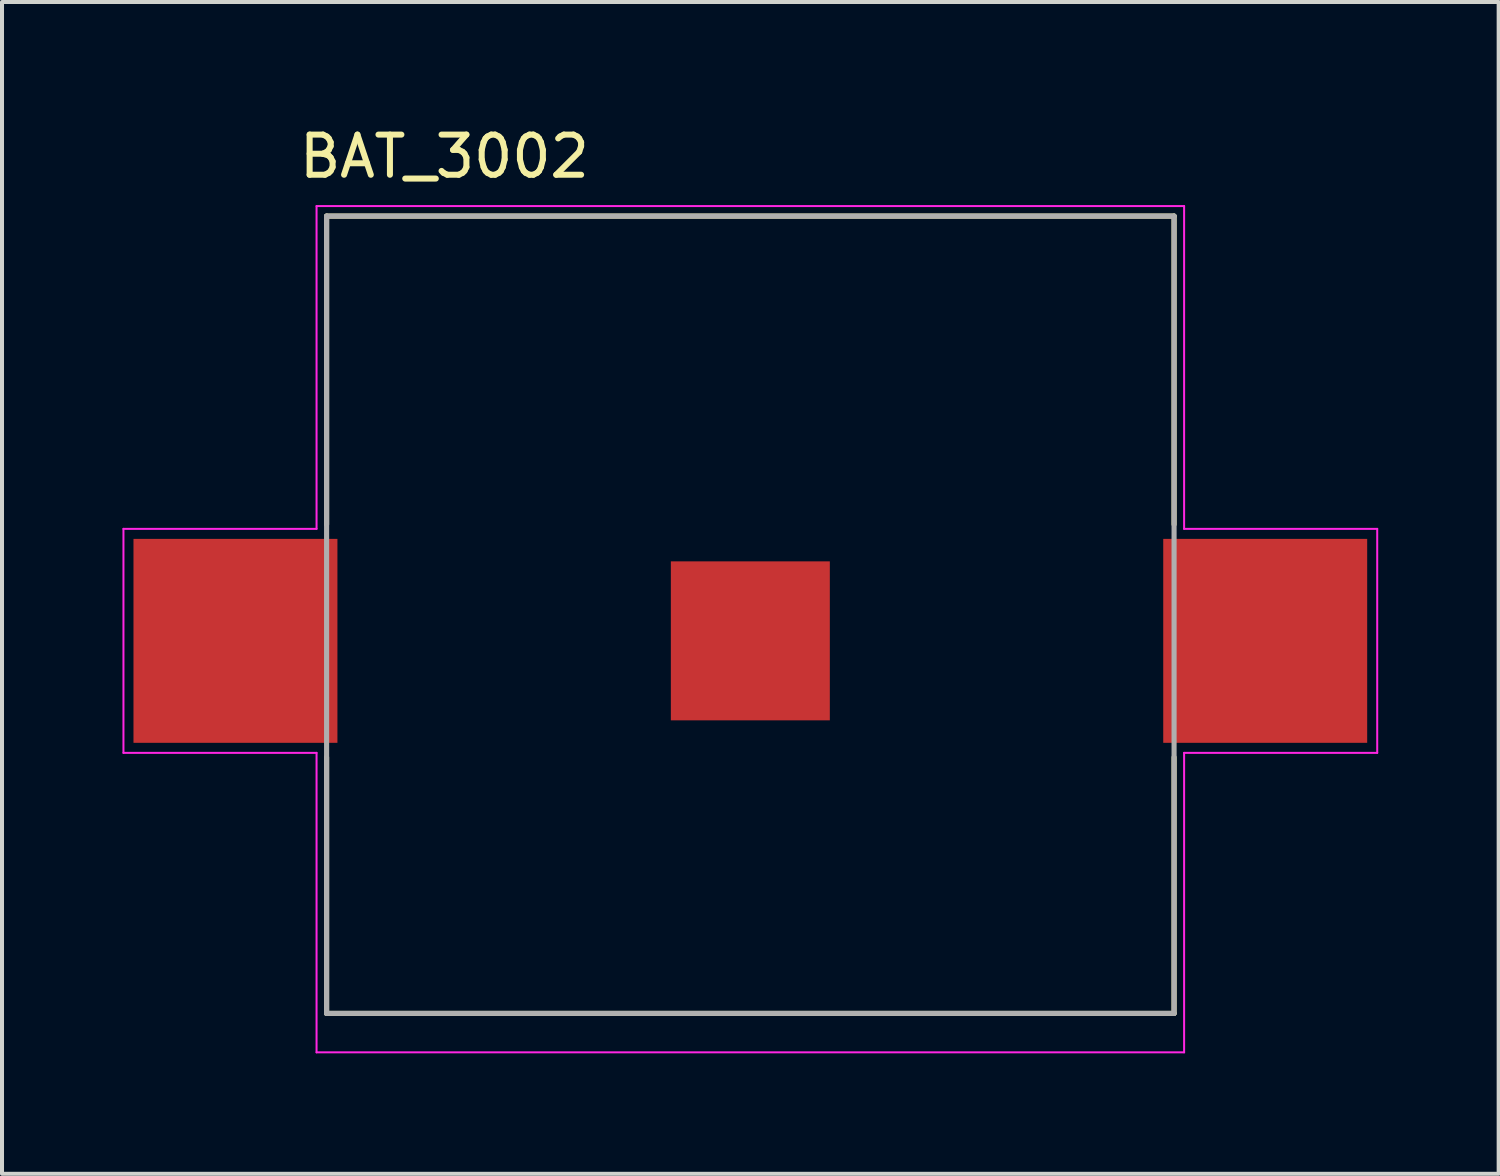
<source format=kicad_pcb>
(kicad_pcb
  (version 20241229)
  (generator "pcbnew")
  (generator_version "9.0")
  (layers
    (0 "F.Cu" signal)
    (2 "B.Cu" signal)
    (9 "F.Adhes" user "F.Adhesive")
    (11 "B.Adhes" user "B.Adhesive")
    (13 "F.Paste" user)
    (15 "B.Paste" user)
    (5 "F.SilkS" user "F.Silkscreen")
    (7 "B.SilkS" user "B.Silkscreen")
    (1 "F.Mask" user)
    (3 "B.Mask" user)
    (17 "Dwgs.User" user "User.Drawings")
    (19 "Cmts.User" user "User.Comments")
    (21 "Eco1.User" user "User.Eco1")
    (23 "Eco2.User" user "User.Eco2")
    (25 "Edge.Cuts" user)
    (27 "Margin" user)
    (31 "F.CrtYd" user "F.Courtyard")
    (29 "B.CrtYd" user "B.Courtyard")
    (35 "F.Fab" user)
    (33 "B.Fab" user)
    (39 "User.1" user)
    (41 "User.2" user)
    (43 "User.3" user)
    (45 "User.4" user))
  (footprint "BAT_3002"
    (layer "F.Cu")
    (at 15.64 12.913)
    (property "Reference" "BAT_3002" (at -7.62 -12.065 0) (layer "F.SilkS") (effects (font (size 1 1) (thickness 0.15))))
    (attr smd)
    (fp_line (start -10.555 -10.58) (end 10.555 -10.58) (stroke (width 0.127) (type solid)) (layer "F.SilkS"))
    (fp_line (start -10.555 -2.9) (end -10.555 -10.58) (stroke (width 0.127) (type solid)) (layer "F.SilkS"))
    (fp_line (start -10.555 9.28) (end -10.555 2.9) (stroke (width 0.127) (type solid)) (layer "F.SilkS"))
    (fp_line (start 10.555 -10.58) (end 10.555 -2.9) (stroke (width 0.127) (type solid)) (layer "F.SilkS"))
    (fp_line (start 10.555 9.28) (end -10.555 9.28) (stroke (width 0.127) (type solid)) (layer "F.SilkS"))
    (fp_line (start 10.555 9.28) (end 10.555 2.9) (stroke (width 0.127) (type solid)) (layer "F.SilkS"))
    (fp_line (start -15.615 -2.79) (end -15.615 2.79) (stroke (width 0.05) (type solid)) (layer "F.CrtYd"))
    (fp_line (start -15.615 2.79) (end -10.805 2.79) (stroke (width 0.05) (type solid)) (layer "F.CrtYd"))
    (fp_line (start -10.805 -10.83) (end -10.805 -2.79) (stroke (width 0.05) (type solid)) (layer "F.CrtYd"))
    (fp_line (start -10.805 -2.79) (end -15.615 -2.79) (stroke (width 0.05) (type solid)) (layer "F.CrtYd"))
    (fp_line (start -10.805 2.79) (end -10.805 10.25) (stroke (width 0.05) (type solid)) (layer "F.CrtYd"))
    (fp_line (start -10.805 10.25) (end 10.805 10.25) (stroke (width 0.05) (type solid)) (layer "F.CrtYd"))
    (fp_line (start 10.805 -10.83) (end -10.805 -10.83) (stroke (width 0.05) (type solid)) (layer "F.CrtYd"))
    (fp_line (start 10.805 -2.79) (end 10.805 -10.83) (stroke (width 0.05) (type solid)) (layer "F.CrtYd"))
    (fp_line (start 10.805 -2.79) (end 15.615 -2.79) (stroke (width 0.05) (type solid)) (layer "F.CrtYd"))
    (fp_line (start 10.805 10.25) (end 10.805 2.79) (stroke (width 0.05) (type solid)) (layer "F.CrtYd"))
    (fp_line (start 15.615 -2.79) (end 15.615 2.79) (stroke (width 0.05) (type solid)) (layer "F.CrtYd"))
    (fp_line (start 15.615 2.79) (end 10.805 2.79) (stroke (width 0.05) (type solid)) (layer "F.CrtYd"))
    (fp_line (start -10.555 -10.58) (end 10.555 -10.58) (stroke (width 0.127) (type solid)) (layer "F.Fab"))
    (fp_line (start -10.555 9.28) (end -10.555 -10.58) (stroke (width 0.127) (type solid)) (layer "F.Fab"))
    (fp_line (start 10.555 -10.58) (end 10.555 9.28) (stroke (width 0.127) (type solid)) (layer "F.Fab"))
    (fp_line (start 10.555 9.28) (end -10.555 9.28) (stroke (width 0.127) (type solid)) (layer "F.Fab"))
    (pad "N" smd rect (at 0 0) (size 3.96 3.96) (layers "F.Cu" "F.Mask"))
    (pad "P1" smd rect (at -12.825 0) (size 5.08 5.08) (layers "F.Cu" "F.Mask" "F.Paste"))
    (pad "P2" smd rect (at 12.825 0) (size 5.08 5.08) (layers "F.Cu" "F.Mask" "F.Paste")))
  (gr_rect
    (start -3 -3)
    (end 34.28 26.188)
    (stroke (width 0.1) (type default))
    (fill no)
    (layer "Edge.Cuts")))
</source>
